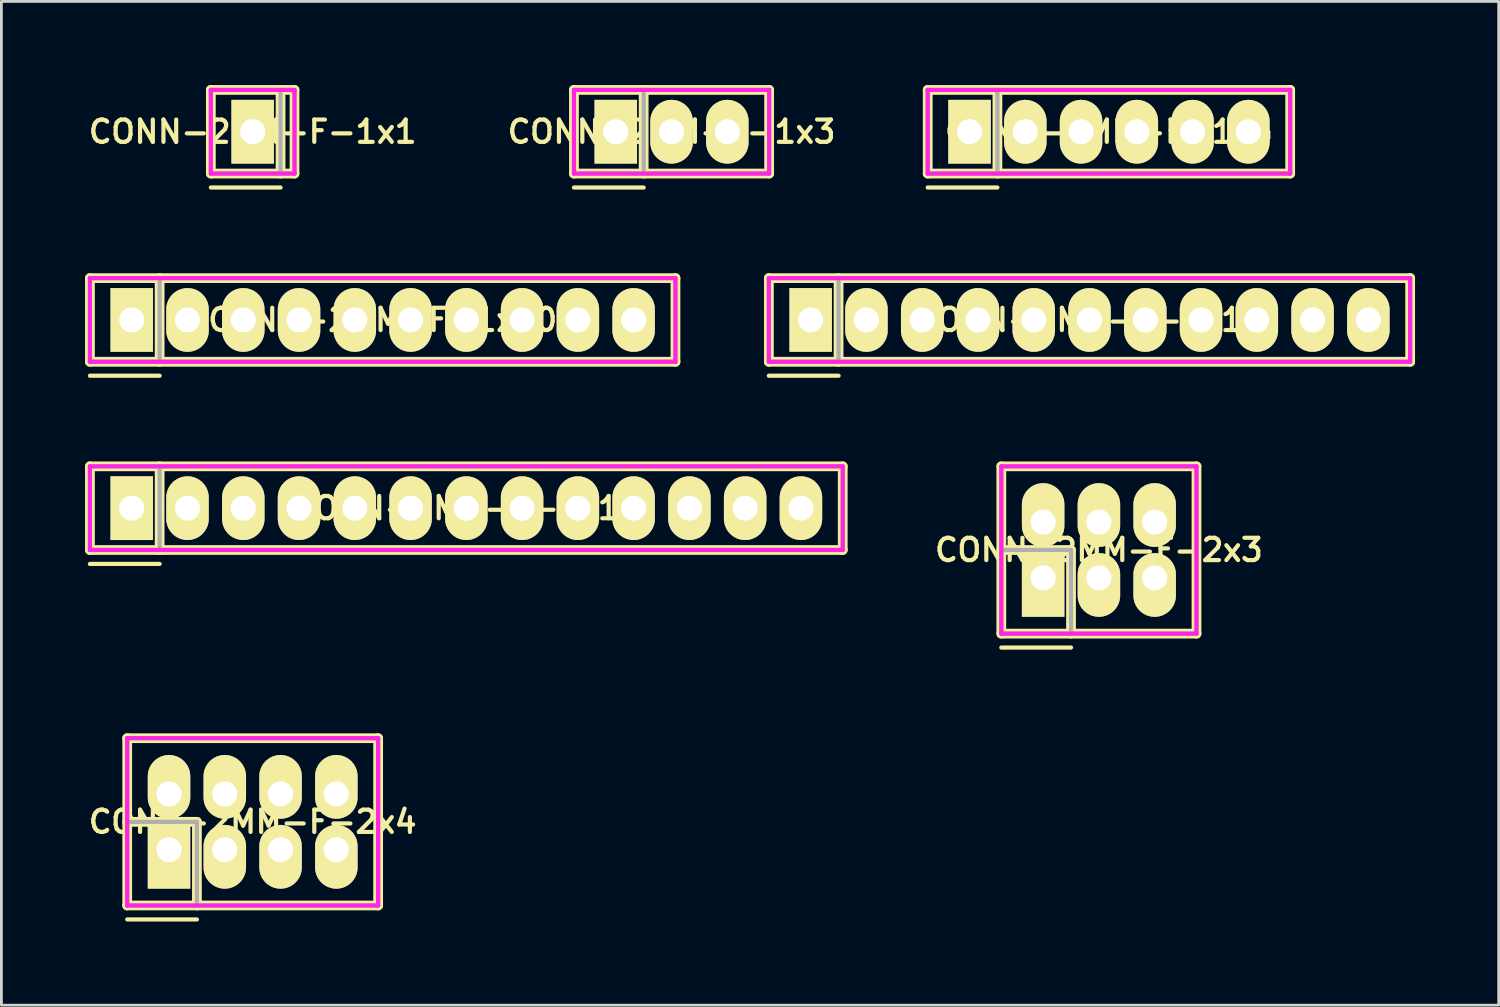
<source format=kicad_pcb>
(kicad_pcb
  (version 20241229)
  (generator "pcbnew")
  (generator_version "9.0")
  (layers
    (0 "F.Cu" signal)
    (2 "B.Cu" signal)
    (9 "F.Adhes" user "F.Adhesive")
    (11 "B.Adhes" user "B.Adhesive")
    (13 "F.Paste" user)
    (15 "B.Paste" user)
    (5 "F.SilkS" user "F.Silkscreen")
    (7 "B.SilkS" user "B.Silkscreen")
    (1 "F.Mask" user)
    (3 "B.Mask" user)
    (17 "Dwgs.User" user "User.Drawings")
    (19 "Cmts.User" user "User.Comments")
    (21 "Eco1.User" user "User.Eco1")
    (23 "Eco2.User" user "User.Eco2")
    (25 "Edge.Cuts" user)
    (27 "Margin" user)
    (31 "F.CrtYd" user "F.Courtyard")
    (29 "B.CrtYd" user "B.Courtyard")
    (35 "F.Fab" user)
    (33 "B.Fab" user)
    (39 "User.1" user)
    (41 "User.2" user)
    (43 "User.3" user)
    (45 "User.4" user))
  (footprint "CONN-2MM-F-1x13"
    (layer "F.Cu")
    (at 13.675 15.175)
    (property "Reference" "CONN-2MM-F-1x13" (at 0 0 0) (layer "F.SilkS") (effects (font (size 0.8 0.8) (thickness 0.15))))
    (attr through_hole)
    (fp_line (start -13.5 -1.5) (end 13.5 -1.5) (stroke (width 0.35) (type solid)) (layer "F.SilkS"))
    (fp_line (start -13.5 1.5) (end -13.5 -1.5) (stroke (width 0.35) (type solid)) (layer "F.SilkS"))
    (fp_line (start -13.5 2) (end -11 2) (stroke (width 0.15) (type solid)) (layer "F.SilkS"))
    (fp_line (start -11 -1.5) (end -11 1.5) (stroke (width 0.35) (type solid)) (layer "F.SilkS"))
    (fp_line (start 13.5 -1.5) (end 13.5 1.5) (stroke (width 0.35) (type solid)) (layer "F.SilkS"))
    (fp_line (start 13.5 1.5) (end -13.5 1.5) (stroke (width 0.35) (type solid)) (layer "F.SilkS"))
    (fp_line (start -13.5 -1.5) (end 13.5 -1.5) (stroke (width 0.15) (type solid)) (layer "F.CrtYd"))
    (fp_line (start -13.5 1.5) (end -13.5 -1.5) (stroke (width 0.15) (type solid)) (layer "F.CrtYd"))
    (fp_line (start 13.5 -1.5) (end 13.5 1.5) (stroke (width 0.15) (type solid)) (layer "F.CrtYd"))
    (fp_line (start 13.5 1.5) (end -13.5 1.5) (stroke (width 0.15) (type solid)) (layer "F.CrtYd"))
    (fp_line (start -13.5 -1.5) (end 13.5 -1.5) (stroke (width 0.15) (type solid)) (layer "F.Fab"))
    (fp_line (start -13.5 1.5) (end -13.5 -1.5) (stroke (width 0.15) (type solid)) (layer "F.Fab"))
    (fp_line (start -11 -1.5) (end -11 1.5) (stroke (width 0.15) (type solid)) (layer "F.Fab"))
    (fp_line (start 13.5 -1.5) (end 13.5 1.5) (stroke (width 0.15) (type solid)) (layer "F.Fab"))
    (fp_line (start 13.5 1.5) (end -13.5 1.5) (stroke (width 0.15) (type solid)) (layer "F.Fab"))
    (pad "1" thru_hole rect (at -12 0) (size 1.524 2.286) (drill 0.9) (layers "*.Cu" "*.Mask" "F.SilkS"))
    (pad "2" thru_hole oval (at -10 0) (size 1.524 2.286) (drill 0.9) (layers "*.Cu" "*.Mask" "F.SilkS"))
    (pad "3" thru_hole oval (at -8 0) (size 1.524 2.286) (drill 0.9) (layers "*.Cu" "*.Mask" "F.SilkS"))
    (pad "4" thru_hole oval (at -6 0) (size 1.524 2.286) (drill 0.9) (layers "*.Cu" "*.Mask" "F.SilkS"))
    (pad "5" thru_hole oval (at -4 0) (size 1.524 2.286) (drill 0.9) (layers "*.Cu" "*.Mask" "F.SilkS"))
    (pad "6" thru_hole oval (at -2 0) (size 1.524 2.286) (drill 0.9) (layers "*.Cu" "*.Mask" "F.SilkS"))
    (pad "7" thru_hole oval (at 0 0) (size 1.524 2.286) (drill 0.9) (layers "*.Cu" "*.Mask" "F.SilkS"))
    (pad "8" thru_hole oval (at 2 0) (size 1.524 2.286) (drill 0.9) (layers "*.Cu" "*.Mask" "F.SilkS"))
    (pad "9" thru_hole oval (at 4 0) (size 1.524 2.286) (drill 0.9) (layers "*.Cu" "*.Mask" "F.SilkS"))
    (pad "10" thru_hole oval (at 6 0) (size 1.524 2.286) (drill 0.9) (layers "*.Cu" "*.Mask" "F.SilkS"))
    (pad "11" thru_hole oval (at 8 0) (size 1.524 2.286) (drill 0.9) (layers "*.Cu" "*.Mask" "F.SilkS"))
    (pad "12" thru_hole oval (at 10 0) (size 1.524 2.286) (drill 0.9) (layers "*.Cu" "*.Mask" "F.SilkS"))
    (pad "13" thru_hole oval (at 12 0) (size 1.524 2.286) (drill 0.9) (layers "*.Cu" "*.Mask" "F.SilkS")))
  (footprint "CONN-2MM-F-2x4"
    (layer "F.Cu")
    (at 6.012 26.425)
    (property "Reference" "CONN-2MM-F-2x4" (at 0 0 0) (layer "F.SilkS") (effects (font (size 0.8 0.8) (thickness 0.15))))
    (attr through_hole)
    (fp_line (start -4.5 -3) (end 4.5 -3) (stroke (width 0.35) (type solid)) (layer "F.SilkS"))
    (fp_line (start -4.5 0) (end -2 0) (stroke (width 0.35) (type solid)) (layer "F.SilkS"))
    (fp_line (start -4.5 3) (end -4.5 -3) (stroke (width 0.35) (type solid)) (layer "F.SilkS"))
    (fp_line (start -4.5 3.5) (end -2 3.5) (stroke (width 0.15) (type solid)) (layer "F.SilkS"))
    (fp_line (start -2 0) (end -2 3) (stroke (width 0.35) (type solid)) (layer "F.SilkS"))
    (fp_line (start 4.5 -3) (end 4.5 3) (stroke (width 0.35) (type solid)) (layer "F.SilkS"))
    (fp_line (start 4.5 3) (end -4.5 3) (stroke (width 0.35) (type solid)) (layer "F.SilkS"))
    (fp_line (start -4.5 -3) (end 4.5 -3) (stroke (width 0.15) (type solid)) (layer "F.CrtYd"))
    (fp_line (start -4.5 3) (end -4.5 -3) (stroke (width 0.15) (type solid)) (layer "F.CrtYd"))
    (fp_line (start 4.5 -3) (end 4.5 3) (stroke (width 0.15) (type solid)) (layer "F.CrtYd"))
    (fp_line (start 4.5 3) (end -4.5 3) (stroke (width 0.15) (type solid)) (layer "F.CrtYd"))
    (fp_line (start -4.5 -3) (end 4.5 -3) (stroke (width 0.15) (type solid)) (layer "F.Fab"))
    (fp_line (start -4.5 0) (end -2 0) (stroke (width 0.15) (type solid)) (layer "F.Fab"))
    (fp_line (start -4.5 3) (end -4.5 -3) (stroke (width 0.15) (type solid)) (layer "F.Fab"))
    (fp_line (start -2 0) (end -2 3) (stroke (width 0.15) (type solid)) (layer "F.Fab"))
    (fp_line (start 4.5 -3) (end 4.5 3) (stroke (width 0.15) (type solid)) (layer "F.Fab"))
    (fp_line (start 4.5 3) (end -4.5 3) (stroke (width 0.15) (type solid)) (layer "F.Fab"))
    (pad "1" thru_hole rect (at -3 1) (size 1.524 2.286) (drill 0.9 (offset 0 0.254)) (layers "*.Cu" "*.Mask" "F.SilkS"))
    (pad "2" thru_hole oval (at -3 -1) (size 1.524 2.286) (drill 0.9 (offset 0 -0.254)) (layers "*.Cu" "*.Mask" "F.SilkS"))
    (pad "3" thru_hole oval (at -1 1) (size 1.524 2.286) (drill 0.9 (offset 0 0.254)) (layers "*.Cu" "*.Mask" "F.SilkS"))
    (pad "4" thru_hole oval (at -1 -1) (size 1.524 2.286) (drill 0.9 (offset 0 -0.254)) (layers "*.Cu" "*.Mask" "F.SilkS"))
    (pad "5" thru_hole oval (at 1 1) (size 1.524 2.286) (drill 0.9 (offset 0 0.254)) (layers "*.Cu" "*.Mask" "F.SilkS"))
    (pad "6" thru_hole oval (at 1 -1) (size 1.524 2.286) (drill 0.9 (offset 0 -0.254)) (layers "*.Cu" "*.Mask" "F.SilkS"))
    (pad "7" thru_hole oval (at 3 1) (size 1.524 2.286) (drill 0.9 (offset 0 0.254)) (layers "*.Cu" "*.Mask" "F.SilkS"))
    (pad "8" thru_hole oval (at 3 -1) (size 1.524 2.286) (drill 0.9 (offset 0 -0.254)) (layers "*.Cu" "*.Mask" "F.SilkS")))
  (footprint "CONN-2MM-F-1x6"
    (layer "F.Cu")
    (at 36.722 1.675)
    (property "Reference" "CONN-2MM-F-1x6" (at 0 0 0) (layer "F.SilkS") (effects (font (size 0.8 0.8) (thickness 0.15))))
    (attr through_hole)
    (fp_line (start -6.5 -1.5) (end 6.5 -1.5) (stroke (width 0.35) (type solid)) (layer "F.SilkS"))
    (fp_line (start -6.5 1.5) (end -6.5 -1.5) (stroke (width 0.35) (type solid)) (layer "F.SilkS"))
    (fp_line (start -6.5 2) (end -4 2) (stroke (width 0.15) (type solid)) (layer "F.SilkS"))
    (fp_line (start -4 -1.5) (end -4 1.5) (stroke (width 0.35) (type solid)) (layer "F.SilkS"))
    (fp_line (start 6.5 -1.5) (end 6.5 1.5) (stroke (width 0.35) (type solid)) (layer "F.SilkS"))
    (fp_line (start 6.5 1.5) (end -6.5 1.5) (stroke (width 0.35) (type solid)) (layer "F.SilkS"))
    (fp_line (start -6.5 -1.5) (end 6.5 -1.5) (stroke (width 0.15) (type solid)) (layer "F.CrtYd"))
    (fp_line (start -6.5 1.5) (end -6.5 -1.5) (stroke (width 0.15) (type solid)) (layer "F.CrtYd"))
    (fp_line (start 6.5 -1.5) (end 6.5 1.5) (stroke (width 0.15) (type solid)) (layer "F.CrtYd"))
    (fp_line (start 6.5 1.5) (end -6.5 1.5) (stroke (width 0.15) (type solid)) (layer "F.CrtYd"))
    (fp_line (start -6.5 -1.5) (end 6.5 -1.5) (stroke (width 0.15) (type solid)) (layer "F.Fab"))
    (fp_line (start -6.5 1.5) (end -6.5 -1.5) (stroke (width 0.15) (type solid)) (layer "F.Fab"))
    (fp_line (start -4 -1.5) (end -4 1.5) (stroke (width 0.15) (type solid)) (layer "F.Fab"))
    (fp_line (start 6.5 -1.5) (end 6.5 1.5) (stroke (width 0.15) (type solid)) (layer "F.Fab"))
    (fp_line (start 6.5 1.5) (end -6.5 1.5) (stroke (width 0.15) (type solid)) (layer "F.Fab"))
    (pad "1" thru_hole rect (at -5 0) (size 1.524 2.286) (drill 0.9) (layers "*.Cu" "*.Mask" "F.SilkS"))
    (pad "2" thru_hole oval (at -3 0) (size 1.524 2.286) (drill 0.9) (layers "*.Cu" "*.Mask" "F.SilkS"))
    (pad "3" thru_hole oval (at -1 0) (size 1.524 2.286) (drill 0.9) (layers "*.Cu" "*.Mask" "F.SilkS"))
    (pad "4" thru_hole oval (at 1 0) (size 1.524 2.286) (drill 0.9) (layers "*.Cu" "*.Mask" "F.SilkS"))
    (pad "5" thru_hole oval (at 3 0) (size 1.524 2.286) (drill 0.9) (layers "*.Cu" "*.Mask" "F.SilkS"))
    (pad "6" thru_hole oval (at 5 0) (size 1.524 2.286) (drill 0.9) (layers "*.Cu" "*.Mask" "F.SilkS")))
  (footprint "CONN-2MM-F-1x11"
    (layer "F.Cu")
    (at 36.025 8.425)
    (property "Reference" "CONN-2MM-F-1x11" (at 0 0 0) (layer "F.SilkS") (effects (font (size 0.8 0.8) (thickness 0.15))))
    (attr through_hole)
    (fp_line (start -11.5 -1.5) (end 11.5 -1.5) (stroke (width 0.35) (type solid)) (layer "F.SilkS"))
    (fp_line (start -11.5 1.5) (end -11.5 -1.5) (stroke (width 0.35) (type solid)) (layer "F.SilkS"))
    (fp_line (start -11.5 2) (end -9 2) (stroke (width 0.15) (type solid)) (layer "F.SilkS"))
    (fp_line (start -9 -1.5) (end -9 1.5) (stroke (width 0.35) (type solid)) (layer "F.SilkS"))
    (fp_line (start 11.5 -1.5) (end 11.5 1.5) (stroke (width 0.35) (type solid)) (layer "F.SilkS"))
    (fp_line (start 11.5 1.5) (end -11.5 1.5) (stroke (width 0.35) (type solid)) (layer "F.SilkS"))
    (fp_line (start -11.5 -1.5) (end 11.5 -1.5) (stroke (width 0.15) (type solid)) (layer "F.CrtYd"))
    (fp_line (start -11.5 1.5) (end -11.5 -1.5) (stroke (width 0.15) (type solid)) (layer "F.CrtYd"))
    (fp_line (start 11.5 -1.5) (end 11.5 1.5) (stroke (width 0.15) (type solid)) (layer "F.CrtYd"))
    (fp_line (start 11.5 1.5) (end -11.5 1.5) (stroke (width 0.15) (type solid)) (layer "F.CrtYd"))
    (fp_line (start -11.5 -1.5) (end 11.5 -1.5) (stroke (width 0.15) (type solid)) (layer "F.Fab"))
    (fp_line (start -11.5 1.5) (end -11.5 -1.5) (stroke (width 0.15) (type solid)) (layer "F.Fab"))
    (fp_line (start -9 -1.5) (end -9 1.5) (stroke (width 0.15) (type solid)) (layer "F.Fab"))
    (fp_line (start 11.5 -1.5) (end 11.5 1.5) (stroke (width 0.15) (type solid)) (layer "F.Fab"))
    (fp_line (start 11.5 1.5) (end -11.5 1.5) (stroke (width 0.15) (type solid)) (layer "F.Fab"))
    (pad "1" thru_hole rect (at -10 0) (size 1.524 2.286) (drill 0.9) (layers "*.Cu" "*.Mask" "F.SilkS"))
    (pad "2" thru_hole oval (at -8 0) (size 1.524 2.286) (drill 0.9) (layers "*.Cu" "*.Mask" "F.SilkS"))
    (pad "3" thru_hole oval (at -6 0) (size 1.524 2.286) (drill 0.9) (layers "*.Cu" "*.Mask" "F.SilkS"))
    (pad "4" thru_hole oval (at -4 0) (size 1.524 2.286) (drill 0.9) (layers "*.Cu" "*.Mask" "F.SilkS"))
    (pad "5" thru_hole oval (at -2 0) (size 1.524 2.286) (drill 0.9) (layers "*.Cu" "*.Mask" "F.SilkS"))
    (pad "6" thru_hole oval (at 0 0) (size 1.524 2.286) (drill 0.9) (layers "*.Cu" "*.Mask" "F.SilkS"))
    (pad "7" thru_hole oval (at 2 0) (size 1.524 2.286) (drill 0.9) (layers "*.Cu" "*.Mask" "F.SilkS"))
    (pad "8" thru_hole oval (at 4 0) (size 1.524 2.286) (drill 0.9) (layers "*.Cu" "*.Mask" "F.SilkS"))
    (pad "9" thru_hole oval (at 6 0) (size 1.524 2.286) (drill 0.9) (layers "*.Cu" "*.Mask" "F.SilkS"))
    (pad "10" thru_hole oval (at 8 0) (size 1.524 2.286) (drill 0.9) (layers "*.Cu" "*.Mask" "F.SilkS"))
    (pad "11" thru_hole oval (at 10 0) (size 1.524 2.286) (drill 0.9) (layers "*.Cu" "*.Mask" "F.SilkS")))
  (footprint "CONN-2MM-F-1x1"
    (layer "F.Cu")
    (at 6.012 1.675)
    (property "Reference" "CONN-2MM-F-1x1" (at 0 0 0) (layer "F.SilkS") (effects (font (size 0.8 0.8) (thickness 0.15))))
    (attr through_hole)
    (fp_line (start -1.5 -1.5) (end 1.5 -1.5) (stroke (width 0.35) (type solid)) (layer "F.SilkS"))
    (fp_line (start -1.5 1.5) (end -1.5 -1.5) (stroke (width 0.35) (type solid)) (layer "F.SilkS"))
    (fp_line (start -1.5 2) (end 1 2) (stroke (width 0.15) (type solid)) (layer "F.SilkS"))
    (fp_line (start 1 -1.5) (end 1 1.5) (stroke (width 0.35) (type solid)) (layer "F.SilkS"))
    (fp_line (start 1.5 -1.5) (end 1.5 1.5) (stroke (width 0.35) (type solid)) (layer "F.SilkS"))
    (fp_line (start 1.5 1.5) (end -1.5 1.5) (stroke (width 0.35) (type solid)) (layer "F.SilkS"))
    (fp_line (start -1.5 -1.5) (end 1.5 -1.5) (stroke (width 0.15) (type solid)) (layer "F.CrtYd"))
    (fp_line (start -1.5 1.5) (end -1.5 -1.5) (stroke (width 0.15) (type solid)) (layer "F.CrtYd"))
    (fp_line (start 1.5 -1.5) (end 1.5 1.5) (stroke (width 0.15) (type solid)) (layer "F.CrtYd"))
    (fp_line (start 1.5 1.5) (end -1.5 1.5) (stroke (width 0.15) (type solid)) (layer "F.CrtYd"))
    (fp_line (start -1.5 -1.5) (end 1.5 -1.5) (stroke (width 0.15) (type solid)) (layer "F.Fab"))
    (fp_line (start -1.5 1.5) (end -1.5 -1.5) (stroke (width 0.15) (type solid)) (layer "F.Fab"))
    (fp_line (start 1 -1.5) (end 1 1.5) (stroke (width 0.15) (type solid)) (layer "F.Fab"))
    (fp_line (start 1.5 -1.5) (end 1.5 1.5) (stroke (width 0.15) (type solid)) (layer "F.Fab"))
    (fp_line (start 1.5 1.5) (end -1.5 1.5) (stroke (width 0.15) (type solid)) (layer "F.Fab"))
    (pad "1" thru_hole rect (at 0 0) (size 1.524 2.286) (drill 0.9) (layers "*.Cu" "*.Mask" "F.SilkS")))
  (footprint "CONN-2MM-F-2x3"
    (layer "F.Cu")
    (at 36.362 16.675)
    (property "Reference" "CONN-2MM-F-2x3" (at 0 0 0) (layer "F.SilkS") (effects (font (size 0.8 0.8) (thickness 0.15))))
    (attr through_hole)
    (fp_line (start -3.5 -3) (end 3.5 -3) (stroke (width 0.35) (type solid)) (layer "F.SilkS"))
    (fp_line (start -3.5 0) (end -1 0) (stroke (width 0.35) (type solid)) (layer "F.SilkS"))
    (fp_line (start -3.5 3) (end -3.5 -3) (stroke (width 0.35) (type solid)) (layer "F.SilkS"))
    (fp_line (start -3.5 3.5) (end -1 3.5) (stroke (width 0.15) (type solid)) (layer "F.SilkS"))
    (fp_line (start -1 0) (end -1 3) (stroke (width 0.35) (type solid)) (layer "F.SilkS"))
    (fp_line (start 3.5 -3) (end 3.5 3) (stroke (width 0.35) (type solid)) (layer "F.SilkS"))
    (fp_line (start 3.5 3) (end -3.5 3) (stroke (width 0.35) (type solid)) (layer "F.SilkS"))
    (fp_line (start -3.5 -3) (end 3.5 -3) (stroke (width 0.15) (type solid)) (layer "F.CrtYd"))
    (fp_line (start -3.5 3) (end -3.5 -3) (stroke (width 0.15) (type solid)) (layer "F.CrtYd"))
    (fp_line (start 3.5 -3) (end 3.5 3) (stroke (width 0.15) (type solid)) (layer "F.CrtYd"))
    (fp_line (start 3.5 3) (end -3.5 3) (stroke (width 0.15) (type solid)) (layer "F.CrtYd"))
    (fp_line (start -3.5 -3) (end 3.5 -3) (stroke (width 0.15) (type solid)) (layer "F.Fab"))
    (fp_line (start -3.5 0) (end -1 0) (stroke (width 0.15) (type solid)) (layer "F.Fab"))
    (fp_line (start -3.5 3) (end -3.5 -3) (stroke (width 0.15) (type solid)) (layer "F.Fab"))
    (fp_line (start -1 0) (end -1 3) (stroke (width 0.15) (type solid)) (layer "F.Fab"))
    (fp_line (start 3.5 -3) (end 3.5 3) (stroke (width 0.15) (type solid)) (layer "F.Fab"))
    (fp_line (start 3.5 3) (end -3.5 3) (stroke (width 0.15) (type solid)) (layer "F.Fab"))
    (pad "1" thru_hole rect (at -2 1) (size 1.524 2.286) (drill 0.9 (offset 0 0.254)) (layers "*.Cu" "*.Mask" "F.SilkS"))
    (pad "2" thru_hole oval (at -2 -1) (size 1.524 2.286) (drill 0.9 (offset 0 -0.254)) (layers "*.Cu" "*.Mask" "F.SilkS"))
    (pad "3" thru_hole oval (at 0 1) (size 1.524 2.286) (drill 0.9 (offset 0 0.254)) (layers "*.Cu" "*.Mask" "F.SilkS"))
    (pad "4" thru_hole oval (at 0 -1) (size 1.524 2.286) (drill 0.9 (offset 0 -0.254)) (layers "*.Cu" "*.Mask" "F.SilkS"))
    (pad "5" thru_hole oval (at 2 1) (size 1.524 2.286) (drill 0.9 (offset 0 0.254)) (layers "*.Cu" "*.Mask" "F.SilkS"))
    (pad "6" thru_hole oval (at 2 -1) (size 1.524 2.286) (drill 0.9 (offset 0 -0.254)) (layers "*.Cu" "*.Mask" "F.SilkS")))
  (footprint "CONN-2MM-F-1x10"
    (layer "F.Cu")
    (at 10.675 8.425)
    (property "Reference" "CONN-2MM-F-1x10" (at 0 0 0) (layer "F.SilkS") (effects (font (size 0.8 0.8) (thickness 0.15))))
    (attr through_hole)
    (fp_line (start -10.5 -1.5) (end 10.5 -1.5) (stroke (width 0.35) (type solid)) (layer "F.SilkS"))
    (fp_line (start -10.5 1.5) (end -10.5 -1.5) (stroke (width 0.35) (type solid)) (layer "F.SilkS"))
    (fp_line (start -10.5 2) (end -8 2) (stroke (width 0.15) (type solid)) (layer "F.SilkS"))
    (fp_line (start -8 -1.5) (end -8 1.5) (stroke (width 0.35) (type solid)) (layer "F.SilkS"))
    (fp_line (start 10.5 -1.5) (end 10.5 1.5) (stroke (width 0.35) (type solid)) (layer "F.SilkS"))
    (fp_line (start 10.5 1.5) (end -10.5 1.5) (stroke (width 0.35) (type solid)) (layer "F.SilkS"))
    (fp_line (start -10.5 -1.5) (end 10.5 -1.5) (stroke (width 0.15) (type solid)) (layer "F.CrtYd"))
    (fp_line (start -10.5 1.5) (end -10.5 -1.5) (stroke (width 0.15) (type solid)) (layer "F.CrtYd"))
    (fp_line (start 10.5 -1.5) (end 10.5 1.5) (stroke (width 0.15) (type solid)) (layer "F.CrtYd"))
    (fp_line (start 10.5 1.5) (end -10.5 1.5) (stroke (width 0.15) (type solid)) (layer "F.CrtYd"))
    (fp_line (start -10.5 -1.5) (end 10.5 -1.5) (stroke (width 0.15) (type solid)) (layer "F.Fab"))
    (fp_line (start -10.5 1.5) (end -10.5 -1.5) (stroke (width 0.15) (type solid)) (layer "F.Fab"))
    (fp_line (start -8 -1.5) (end -8 1.5) (stroke (width 0.15) (type solid)) (layer "F.Fab"))
    (fp_line (start 10.5 -1.5) (end 10.5 1.5) (stroke (width 0.15) (type solid)) (layer "F.Fab"))
    (fp_line (start 10.5 1.5) (end -10.5 1.5) (stroke (width 0.15) (type solid)) (layer "F.Fab"))
    (pad "1" thru_hole rect (at -9 0) (size 1.524 2.286) (drill 0.9) (layers "*.Cu" "*.Mask" "F.SilkS"))
    (pad "2" thru_hole oval (at -7 0) (size 1.524 2.286) (drill 0.9) (layers "*.Cu" "*.Mask" "F.SilkS"))
    (pad "3" thru_hole oval (at -5 0) (size 1.524 2.286) (drill 0.9) (layers "*.Cu" "*.Mask" "F.SilkS"))
    (pad "4" thru_hole oval (at -3 0) (size 1.524 2.286) (drill 0.9) (layers "*.Cu" "*.Mask" "F.SilkS"))
    (pad "5" thru_hole oval (at -1 0) (size 1.524 2.286) (drill 0.9) (layers "*.Cu" "*.Mask" "F.SilkS"))
    (pad "6" thru_hole oval (at 1 0) (size 1.524 2.286) (drill 0.9) (layers "*.Cu" "*.Mask" "F.SilkS"))
    (pad "7" thru_hole oval (at 3 0) (size 1.524 2.286) (drill 0.9) (layers "*.Cu" "*.Mask" "F.SilkS"))
    (pad "8" thru_hole oval (at 5 0) (size 1.524 2.286) (drill 0.9) (layers "*.Cu" "*.Mask" "F.SilkS"))
    (pad "9" thru_hole oval (at 7 0) (size 1.524 2.286) (drill 0.9) (layers "*.Cu" "*.Mask" "F.SilkS"))
    (pad "10" thru_hole oval (at 9 0) (size 1.524 2.286) (drill 0.9) (layers "*.Cu" "*.Mask" "F.SilkS")))
  (footprint "CONN-2MM-F-1x3"
    (layer "F.Cu")
    (at 21.035 1.675)
    (property "Reference" "CONN-2MM-F-1x3" (at 0 0 0) (layer "F.SilkS") (effects (font (size 0.8 0.8) (thickness 0.15))))
    (attr through_hole)
    (fp_line (start -3.5 -1.5) (end 3.5 -1.5) (stroke (width 0.35) (type solid)) (layer "F.SilkS"))
    (fp_line (start -3.5 1.5) (end -3.5 -1.5) (stroke (width 0.35) (type solid)) (layer "F.SilkS"))
    (fp_line (start -3.5 2) (end -1 2) (stroke (width 0.15) (type solid)) (layer "F.SilkS"))
    (fp_line (start -1 -1.5) (end -1 1.5) (stroke (width 0.35) (type solid)) (layer "F.SilkS"))
    (fp_line (start 3.5 -1.5) (end 3.5 1.5) (stroke (width 0.35) (type solid)) (layer "F.SilkS"))
    (fp_line (start 3.5 1.5) (end -3.5 1.5) (stroke (width 0.35) (type solid)) (layer "F.SilkS"))
    (fp_line (start -3.5 -1.5) (end 3.5 -1.5) (stroke (width 0.15) (type solid)) (layer "F.CrtYd"))
    (fp_line (start -3.5 1.5) (end -3.5 -1.5) (stroke (width 0.15) (type solid)) (layer "F.CrtYd"))
    (fp_line (start 3.5 -1.5) (end 3.5 1.5) (stroke (width 0.15) (type solid)) (layer "F.CrtYd"))
    (fp_line (start 3.5 1.5) (end -3.5 1.5) (stroke (width 0.15) (type solid)) (layer "F.CrtYd"))
    (fp_line (start -3.5 -1.5) (end 3.5 -1.5) (stroke (width 0.15) (type solid)) (layer "F.Fab"))
    (fp_line (start -3.5 1.5) (end -3.5 -1.5) (stroke (width 0.15) (type solid)) (layer "F.Fab"))
    (fp_line (start -1 -1.5) (end -1 1.5) (stroke (width 0.15) (type solid)) (layer "F.Fab"))
    (fp_line (start 3.5 -1.5) (end 3.5 1.5) (stroke (width 0.15) (type solid)) (layer "F.Fab"))
    (fp_line (start 3.5 1.5) (end -3.5 1.5) (stroke (width 0.15) (type solid)) (layer "F.Fab"))
    (pad "1" thru_hole rect (at -2 0) (size 1.524 2.286) (drill 0.9) (layers "*.Cu" "*.Mask" "F.SilkS"))
    (pad "2" thru_hole oval (at 0 0) (size 1.524 2.286) (drill 0.9) (layers "*.Cu" "*.Mask" "F.SilkS"))
    (pad "3" thru_hole oval (at 2 0) (size 1.524 2.286) (drill 0.9) (layers "*.Cu" "*.Mask" "F.SilkS")))
  (gr_rect
    (start -3 -3)
    (end 50.7 33)
    (stroke (width 0.1) (type default))
    (fill no)
    (layer "Edge.Cuts")))
</source>
